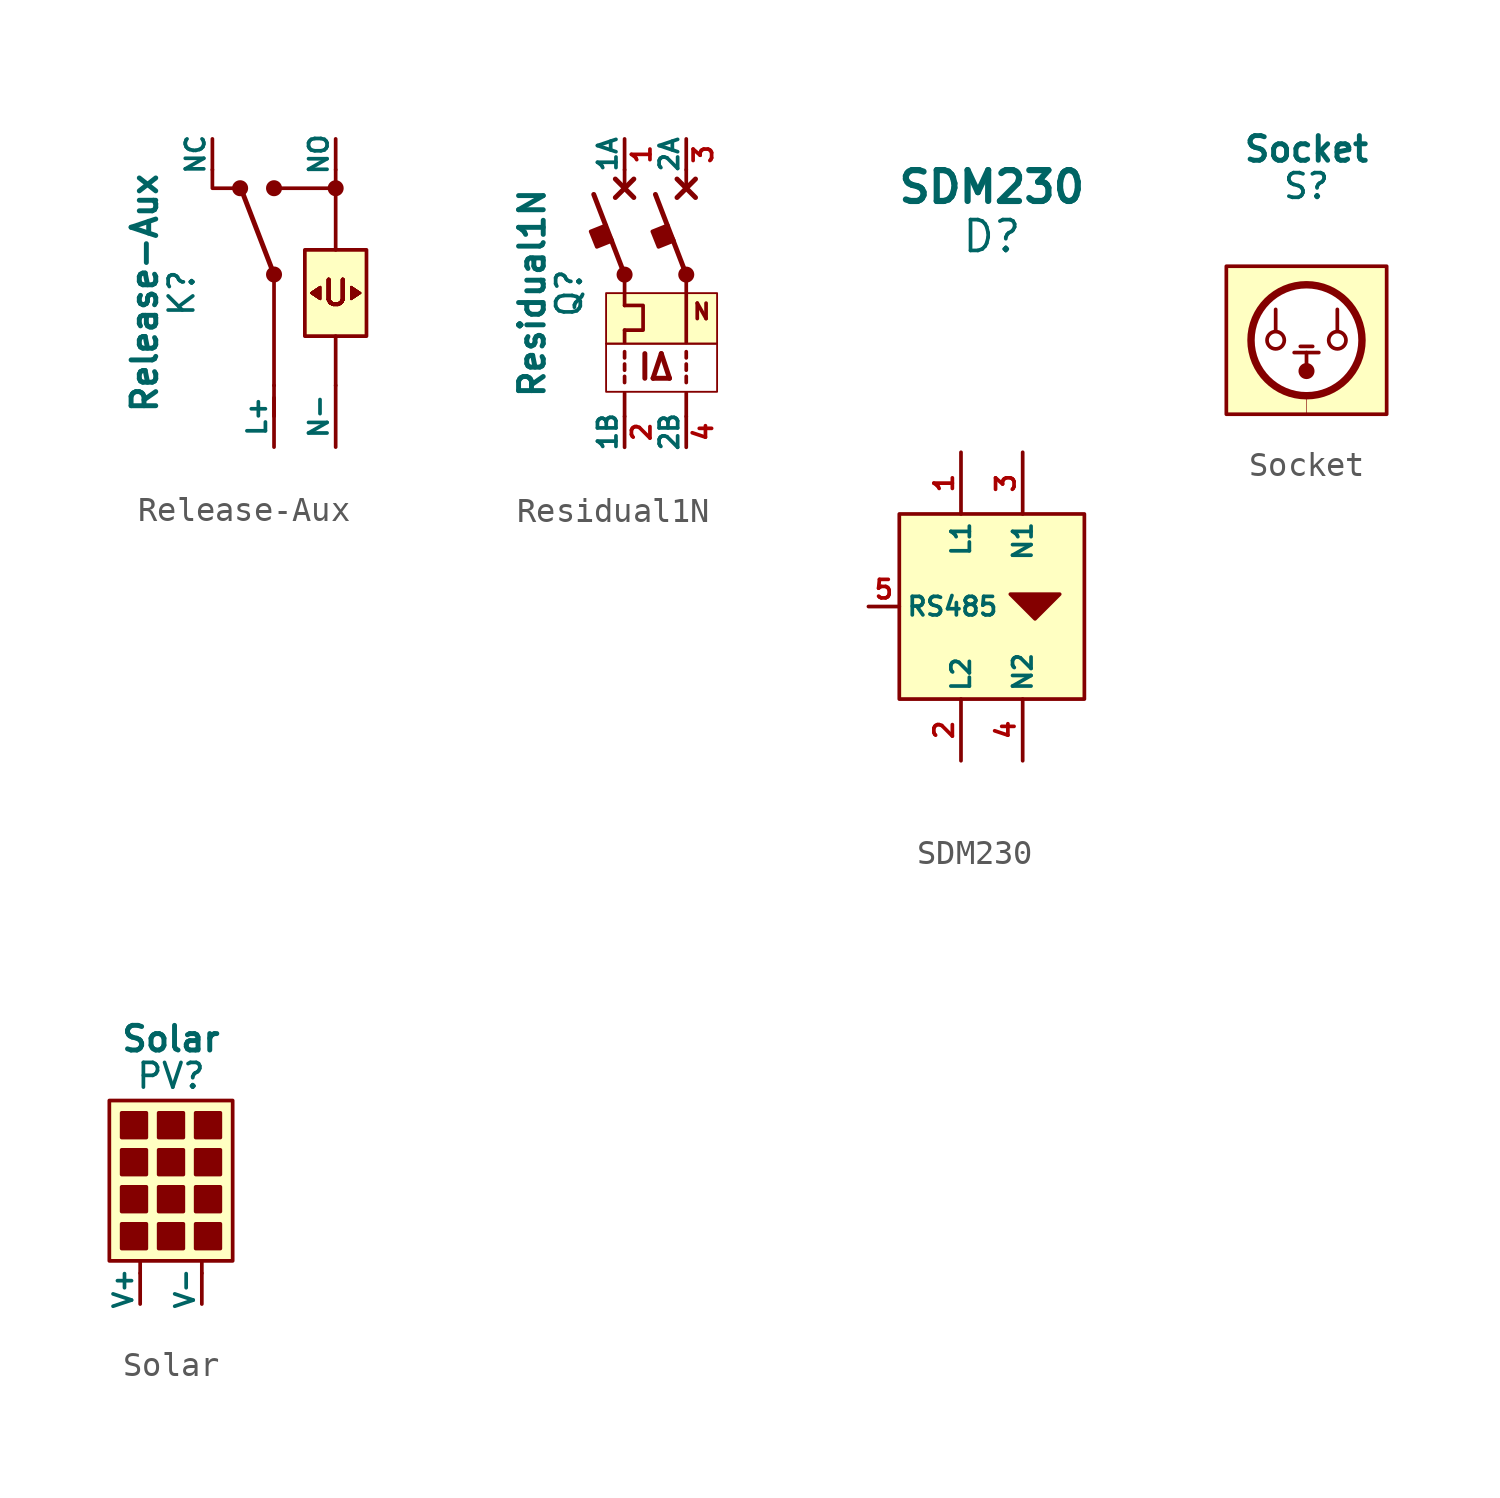
<source format=kicad_sym>
(kicad_symbol_lib
  (version 20231120)
  (generator "kicad_symbol_editor")
  (generator_version "8.0")
  (symbol "Release-Aux"
    (pin_numbers hide)
    (pin_names
      (offset 0))
    (property "Reference" "K"
      (at -3.81 0 90)
      (effects (font (size 1.016 1.016))))
    (property "Value" "Release-Aux"
      (at -5.334 0 90)
      (effects (font (size 1.016 1.016) (bold yes))))
    (symbol "Release-Aux_0_0"
      (text "U" (at 2.54 0 0) (effects (font (size 1.016 1.016))))
      (text "U" (at 2.54 0 0) (effects (font (size 1.016 1.016))))
      (text "U" (at 2.54 0 0) (effects (font (size 1.016 1.016))))
      (text "U" (at 2.54 0 0) (effects (font (size 1.016 1.016))))
      (text "U" (at 2.54 0 0) (effects (font (size 1.016 1.016))))
      (text "U" (at 2.54 0 0) (effects (font (size 1.016 1.016))))
      (text "U" (at 2.54 0 0) (effects (font (size 1.016 1.016))))
      (text "U" (at 2.54 0 0) (effects (font (size 1.016 1.016)))))
    (symbol "Release-Aux_0_1"
      (polyline (pts (xy 0 -5.08) (xy 0 -4.318)) (stroke (width 0) (type solid)) (fill (type none)))
      (polyline (pts (xy 0 -3.81) (xy 0 0.762)) (stroke (width 0) (type solid)) (fill (type none)))
      (polyline (pts (xy 2.54 -3.81) (xy 2.54 -1.778)) (stroke (width 0) (type solid)) (fill (type none)))
      (polyline (pts (xy 0 4.318) (xy 2.54 4.318) (xy 2.54 1.778)) (stroke (width 0) (type solid)) (fill (type none)))
      (polyline (pts (xy 1.905 -0.254) (xy 1.524 0) (xy 1.905 0.254) (xy 1.905 -0.254)) (stroke (width 0.076) (type solid)) (fill (type outline)))
      (polyline (pts (xy 1.905 -0.254) (xy 1.524 0) (xy 1.905 0.254) (xy 1.905 -0.254)) (stroke (width 0.076) (type solid)) (fill (type outline)))
      (polyline (pts (xy 1.905 -0.254) (xy 1.524 0) (xy 1.905 0.254) (xy 1.905 -0.254)) (stroke (width 0.076) (type solid)) (fill (type outline)))
      (polyline (pts (xy 1.905 -0.254) (xy 1.524 0) (xy 1.905 0.254) (xy 1.905 -0.254)) (stroke (width 0.076) (type solid)) (fill (type outline)))
      (polyline (pts (xy 1.905 -0.254) (xy 1.524 0) (xy 1.905 0.254) (xy 1.905 -0.254)) (stroke (width 0.076) (type solid)) (fill (type outline)))
      (polyline (pts (xy 1.905 -0.254) (xy 1.524 0) (xy 1.905 0.254) (xy 1.905 -0.254)) (stroke (width 0.076) (type solid)) (fill (type outline)))
      (polyline (pts (xy 1.905 -0.254) (xy 1.524 0) (xy 1.905 0.254) (xy 1.905 -0.254)) (stroke (width 0.076) (type solid)) (fill (type outline)))
      (polyline (pts (xy 1.905 -0.254) (xy 1.524 0) (xy 1.905 0.254) (xy 1.905 -0.254)) (stroke (width 0.076) (type solid)) (fill (type outline)))
      (polyline (pts (xy 3.175 0.254) (xy 3.556 0) (xy 3.175 -0.254) (xy 3.175 0.254)) (stroke (width 0.076) (type solid)) (fill (type outline)))
      (polyline (pts (xy 3.175 0.254) (xy 3.556 0) (xy 3.175 -0.254) (xy 3.175 0.254)) (stroke (width 0.076) (type solid)) (fill (type outline)))
      (polyline (pts (xy 3.175 0.254) (xy 3.556 0) (xy 3.175 -0.254) (xy 3.175 0.254)) (stroke (width 0.076) (type solid)) (fill (type outline)))
      (polyline (pts (xy 3.175 0.254) (xy 3.556 0) (xy 3.175 -0.254) (xy 3.175 0.254)) (stroke (width 0.076) (type solid)) (fill (type outline)))
      (polyline (pts (xy 3.175 0.254) (xy 3.556 0) (xy 3.175 -0.254) (xy 3.175 0.254)) (stroke (width 0.076) (type solid)) (fill (type outline)))
      (polyline (pts (xy 3.175 0.254) (xy 3.556 0) (xy 3.175 -0.254) (xy 3.175 0.254)) (stroke (width 0.076) (type solid)) (fill (type outline)))
      (polyline (pts (xy 3.175 0.254) (xy 3.556 0) (xy 3.175 -0.254) (xy 3.175 0.254)) (stroke (width 0.076) (type solid)) (fill (type outline)))
      (polyline (pts (xy 3.175 0.254) (xy 3.556 0) (xy 3.175 -0.254) (xy 3.175 0.254)) (stroke (width 0.076) (type solid)) (fill (type outline)))
      (rectangle (start 1.27 1.778) (end 3.81 -1.778) (stroke (width 0) (type solid)) (fill (type background))))
    (symbol "Release-Aux_1_1"
      (circle (center -1.397 4.318) (radius 0.254) (stroke (width 0) (type solid)) (fill (type outline)))
      (polyline (pts (xy 0 0.762) (xy -1.27 4.064)) (stroke (width 0.203) (type solid)) (fill (type none)))
      (polyline (pts (xy 2.54 5.08) (xy 2.54 4.318)) (stroke (width 0) (type solid)) (fill (type none)))
      (polyline (pts (xy -2.54 5.08) (xy -2.54 4.318) (xy -1.397 4.318)) (stroke (width 0) (type solid)) (fill (type none)))
      (circle (center 0 0.762) (radius 0.254) (stroke (width 0) (type solid)) (fill (type outline)))
      (circle (center 0 4.318) (radius 0.254) (stroke (width 0) (type solid)) (fill (type outline)))
      (circle (center 2.54 4.318) (radius 0.254) (stroke (width 0) (type solid)) (fill (type outline)))
      (pin passive line (at 2.54 -6.35 90) (length 2.54) (name "N-" (effects (font (size 0.762 0.762)))) (number "1" (effects (font (size 0.762 0.762)))))
      (pin passive line (at 0 -6.35 90) (length 2.54) (name "L+" (effects (font (size 0.762 0.762)))) (number "2" (effects (font (size 0.762 0.762)))))
      (pin passive line (at 2.54 6.35 270) (length 1.27) (name "NO" (effects (font (size 0.762 0.762)))) (number "3" (effects (font (size 0.762 0.762)))))
      (pin passive line (at -2.54 6.35 270) (length 1.27) (name "NC" (effects (font (size 0.762 0.762)))) (number "4" (effects (font (size 0.762 0.762)))))))
  (symbol "Residual1N"
    (pin_names
      (offset 0))
    (property "Reference" "Q"
      (at -3.556 0 90)
      (effects (font (size 1.016 1.016))))
    (property "Value" "Residual1N"
      (at -5.08 0 90)
      (effects (font (size 1.016 1.016) (bold yes))))
    (symbol "Residual1N_0_0"
      (rectangle (start -2.032 -2.083) (end 2.54 -4.064) (stroke (width 0.076) (type solid)) (fill (type none)))
      (polyline (pts (xy -1.27 -3.429) (xy -1.27 -3.683)) (stroke (width 0) (type solid)) (fill (type none)))
      (polyline (pts (xy -1.27 -2.921) (xy -1.27 -3.175)) (stroke (width 0) (type solid)) (fill (type none)))
      (polyline (pts (xy -1.27 -2.413) (xy -1.27 -2.667)) (stroke (width 0) (type solid)) (fill (type none)))
      (text "IΔ" (at 0 -3.048 0) (effects (font (size 1.016 1.016) (bold yes)))))
    (symbol "Residual1N_0_1"
      (rectangle (start -2.032 0) (end 2.54 -2.083) (stroke (width 0.076) (type solid)) (fill (type background)))
      (polyline (pts (xy -1.651 3.937) (xy -0.889 4.699)) (stroke (width 0.203) (type solid)) (fill (type none)))
      (polyline (pts (xy -1.651 4.699) (xy -0.889 3.937)) (stroke (width 0.203) (type solid)) (fill (type none)))
      (polyline (pts (xy -1.27 -4.115) (xy -1.27 -5.08)) (stroke (width 0) (type solid)) (fill (type none)))
      (polyline (pts (xy -1.27 -1.524) (xy -1.27 -2.032)) (stroke (width 0) (type solid)) (fill (type none)))
      (polyline (pts (xy -1.27 0.508) (xy -1.27 -0.508)) (stroke (width 0) (type solid)) (fill (type none)))
      (polyline (pts (xy -1.27 5.08) (xy -1.27 4.318)) (stroke (width 0) (type solid)) (fill (type none)))
      (polyline (pts (xy 0.889 3.937) (xy 1.651 4.699)) (stroke (width 0.203) (type solid)) (fill (type none)))
      (polyline (pts (xy 0.889 4.699) (xy 1.651 3.937)) (stroke (width 0.203) (type solid)) (fill (type none)))
      (polyline (pts (xy 1.27 -4.115) (xy 1.27 -5.08)) (stroke (width 0) (type solid)) (fill (type none)))
      (polyline (pts (xy 1.27 0.508) (xy 1.27 -2.032)) (stroke (width 0) (type solid)) (fill (type none)))
      (polyline (pts (xy 1.27 5.08) (xy 1.27 4.318)) (stroke (width 0) (type solid)) (fill (type none)))
      (polyline (pts (xy -1.27 -0.508) (xy -0.508 -0.508) (xy -0.508 -1.524) (xy -1.27 -1.524)) (stroke (width 0) (type solid)) (fill (type none)))
      (polyline (pts (xy -2.032 2.794) (xy -2.667 2.54) (xy -2.413 1.905) (xy -1.778 2.159) (xy -2.032 2.667)) (stroke (width 0) (type solid)) (fill (type outline)))
      (polyline (pts (xy 0.508 2.794) (xy -0.127 2.54) (xy 0.127 1.905) (xy 0.762 2.159) (xy 0.508 2.667)) (stroke (width 0) (type solid)) (fill (type outline))))
    (symbol "Residual1N_1_1"
      (circle (center -1.27 0.762) (radius 0.254) (stroke (width 0) (type solid)) (fill (type outline)))
      (polyline (pts (xy -1.27 0.762) (xy -2.54 4.064)) (stroke (width 0.203) (type solid)) (fill (type none)))
      (polyline (pts (xy 1.27 -3.429) (xy 1.27 -3.683)) (stroke (width 0) (type solid)) (fill (type none)))
      (polyline (pts (xy 1.27 -2.921) (xy 1.27 -3.175)) (stroke (width 0) (type solid)) (fill (type none)))
      (polyline (pts (xy 1.27 -2.413) (xy 1.27 -2.667)) (stroke (width 0) (type solid)) (fill (type none)))
      (polyline (pts (xy 1.27 0.762) (xy 0 4.064)) (stroke (width 0.203) (type solid)) (fill (type none)))
      (circle (center 1.27 0.762) (radius 0.254) (stroke (width 0) (type solid)) (fill (type outline)))
      (text "N" (at 1.905 -0.762 0) (effects (font (size 0.635 0.635))))
      (pin passive line (at -1.27 6.35 270) (length 1.27) (name "1A" (effects (font (size 0.762 0.762)))) (number "1" (effects (font (size 0.762 0.762)))))
      (pin passive line (at -1.27 -6.35 90) (length 1.27) (name "1B" (effects (font (size 0.762 0.762)))) (number "2" (effects (font (size 0.762 0.762)))))
      (pin passive line (at 1.27 6.35 270) (length 1.27) (name "2A" (effects (font (size 0.762 0.762)))) (number "3" (effects (font (size 0.762 0.762)))))
      (pin passive line (at 1.27 -6.35 90) (length 1.27) (name "2B" (effects (font (size 0.762 0.762)))) (number "4" (effects (font (size 0.762 0.762)))))))
  (symbol "SDM230"
    (pin_names
      (offset 0.254))
    (property "Reference" "D"
      (at 0 15.24 0)
      (effects (font (size 1.27 1.27))))
    (property "Value" "SDM230"
      (at 0 17.272 0)
      (effects (font (size 1.27 1.27) (bold yes))))
    (symbol "SDM230_0_1"
      (polyline (pts (xy 2.794 0.508) (xy 0.762 0.508) (xy 1.778 -0.508) (xy 2.794 0.508)) (stroke (width 0) (type solid)) (fill (type outline)))
      (rectangle (start 3.81 -3.81) (end -3.81 3.81) (stroke (width 0) (type solid)) (fill (type background))))
    (symbol "SDM230_1_1"
      (pin passive line (at -1.27 6.35 270) (length 2.54) (name "L1" (effects (font (size 0.762 0.762)))) (number "1" (effects (font (size 0.762 0.762)))))
      (pin passive line (at -1.27 -6.35 90) (length 2.54) (name "L2" (effects (font (size 0.762 0.762)))) (number "2" (effects (font (size 0.762 0.762)))))
      (pin passive line (at 1.27 6.35 270) (length 2.54) (name "N1" (effects (font (size 0.762 0.762)))) (number "3" (effects (font (size 0.762 0.762)))))
      (pin passive line (at 1.27 -6.35 90) (length 2.54) (name "N2" (effects (font (size 0.762 0.762)))) (number "4" (effects (font (size 0.762 0.762)))))
      (pin passive line (at -5.08 0 0) (length 1.27) (name "RS485" (effects (font (size 0.762 0.762)))) (number "5" (effects (font (size 0.762 0.762)))))))
  (symbol "Socket"
    (pin_numbers hide)
    (pin_names
      (offset 0) hide)
    (property "Reference" "S"
      (at 0 6.35 0)
      (effects (font (size 1.016 1.016))))
    (property "Value" "Socket"
      (at 0 7.874 0)
      (effects (font (size 1.016 1.016) (bold yes))))
    (symbol "Socket_0_1"
      (rectangle (start -3.302 3.048) (end 3.302 -3.048) (stroke (width 0) (type solid)) (fill (type none)))
      (circle (center -1.27 0) (radius 0.356) (stroke (width 0) (type solid)) (fill (type none)))
      (circle (center 0 -1.27) (radius 0.254) (stroke (width 0) (type solid)) (fill (type outline)))
      (polyline (pts (xy -0.508 -0.508) (xy 0.508 -0.508)) (stroke (width 0) (type solid)) (fill (type none)))
      (polyline (pts (xy -0.254 -0.254) (xy 0.254 -0.254)) (stroke (width 0) (type solid)) (fill (type none)))
      (polyline (pts (xy 0 -1.016) (xy 0 -0.508)) (stroke (width 0) (type solid)) (fill (type none)))
      (polyline (pts (xy 0 -2.286) (xy 0 -3.048) (xy -3.302 -3.048) (xy -3.302 3.048) (xy 3.302 3.048) (xy 3.302 -3.048) (xy 0 -3.048) (xy 0 -2.286) (xy 1.016 -2.032) (xy 1.778 -1.524) (xy 2.286 -0.508) (xy 2.286 0.508) (xy 1.778 1.524) (xy 1.016 2.032) (xy 0 2.286) (xy -1.016 2.032) (xy -1.778 1.524) (xy -2.286 0.508) (xy -2.286 -0.508) (xy -1.778 -1.524) (xy -1.016 -2.032) (xy 0 -2.286)) (stroke (width 0.025) (type solid)) (fill (type background)))
      (circle (center 0 0) (radius 2.286) (stroke (width 0.305) (type solid)) (fill (type none)))
      (circle (center 1.27 0) (radius 0.356) (stroke (width 0) (type solid)) (fill (type none))))
    (symbol "Socket_1_1"
      (pin passive line (at -1.27 1.27 270) (length 0.889) (name "L" (effects (font (size 0.762 0.762)))) (number "1" (effects (font (size 0.762 0.762)))))
      (pin passive line (at 1.27 1.27 270) (length 0.889) (name "N" (effects (font (size 0.889 0.889)))) (number "2" (effects (font (size 0.762 0.762)))))
      (pin passive line (at 0 -1.27 90) (length 0) (name "PE" (effects (font (size 0.762 0.762)))) (number "3" (effects (font (size 0.762 0.762)))))))
  (symbol "Solar"
    (pin_numbers hide)
    (pin_names
      (offset 0))
    (property "Reference" "PV"
      (at 0 4.318 0)
      (effects (font (size 1.016 1.016))))
    (property "Value" "Solar"
      (at 0 5.842 0)
      (effects (font (size 1.016 1.016) (bold yes))))
    (symbol "Solar_0_0"
      (rectangle (start -2.54 3.302) (end 2.54 -3.302) (stroke (width 0) (type solid)) (fill (type background)))
      (rectangle (start -2.032 -1.778) (end -1.016 -2.794) (stroke (width 0) (type solid)) (fill (type outline)))
      (rectangle (start -2.032 -0.254) (end -1.016 -1.27) (stroke (width 0) (type solid)) (fill (type outline)))
      (rectangle (start -2.032 1.27) (end -1.016 0.254) (stroke (width 0) (type solid)) (fill (type outline)))
      (rectangle (start -2.032 2.794) (end -1.016 1.778) (stroke (width 0) (type solid)) (fill (type outline)))
      (rectangle (start -0.508 -1.778) (end 0.508 -2.794) (stroke (width 0) (type solid)) (fill (type outline)))
      (rectangle (start -0.508 -0.254) (end 0.508 -1.27) (stroke (width 0) (type solid)) (fill (type outline)))
      (rectangle (start -0.508 1.27) (end 0.508 0.254) (stroke (width 0) (type solid)) (fill (type outline)))
      (rectangle (start -0.508 2.794) (end 0.508 1.778) (stroke (width 0) (type solid)) (fill (type outline)))
      (rectangle (start 1.016 -1.778) (end 2.032 -2.794) (stroke (width 0) (type solid)) (fill (type outline)))
      (rectangle (start 1.016 -0.254) (end 2.032 -1.27) (stroke (width 0) (type solid)) (fill (type outline)))
      (rectangle (start 1.016 1.27) (end 2.032 0.254) (stroke (width 0) (type solid)) (fill (type outline)))
      (rectangle (start 1.016 2.794) (end 2.032 1.778) (stroke (width 0) (type solid)) (fill (type outline))))
    (symbol "Solar_0_1"
      (polyline (pts (xy -1.27 -3.81) (xy -1.27 -3.302)) (stroke (width 0) (type solid)) (fill (type none)))
      (polyline (pts (xy 1.27 -3.81) (xy 1.27 -3.302)) (stroke (width 0) (type solid)) (fill (type none))))
    (symbol "Solar_1_1"
      (pin passive line (at -1.27 -5.08 90) (length 1.27) (name "V+" (effects (font (size 0.762 0.762)))) (number "1" (effects (font (size 0.762 0.762)))))
      (pin passive line (at 1.27 -5.08 90) (length 1.27) (name "V-" (effects (font (size 0.762 0.762)))) (number "2" (effects (font (size 0.762 0.762))))))))
</source>
